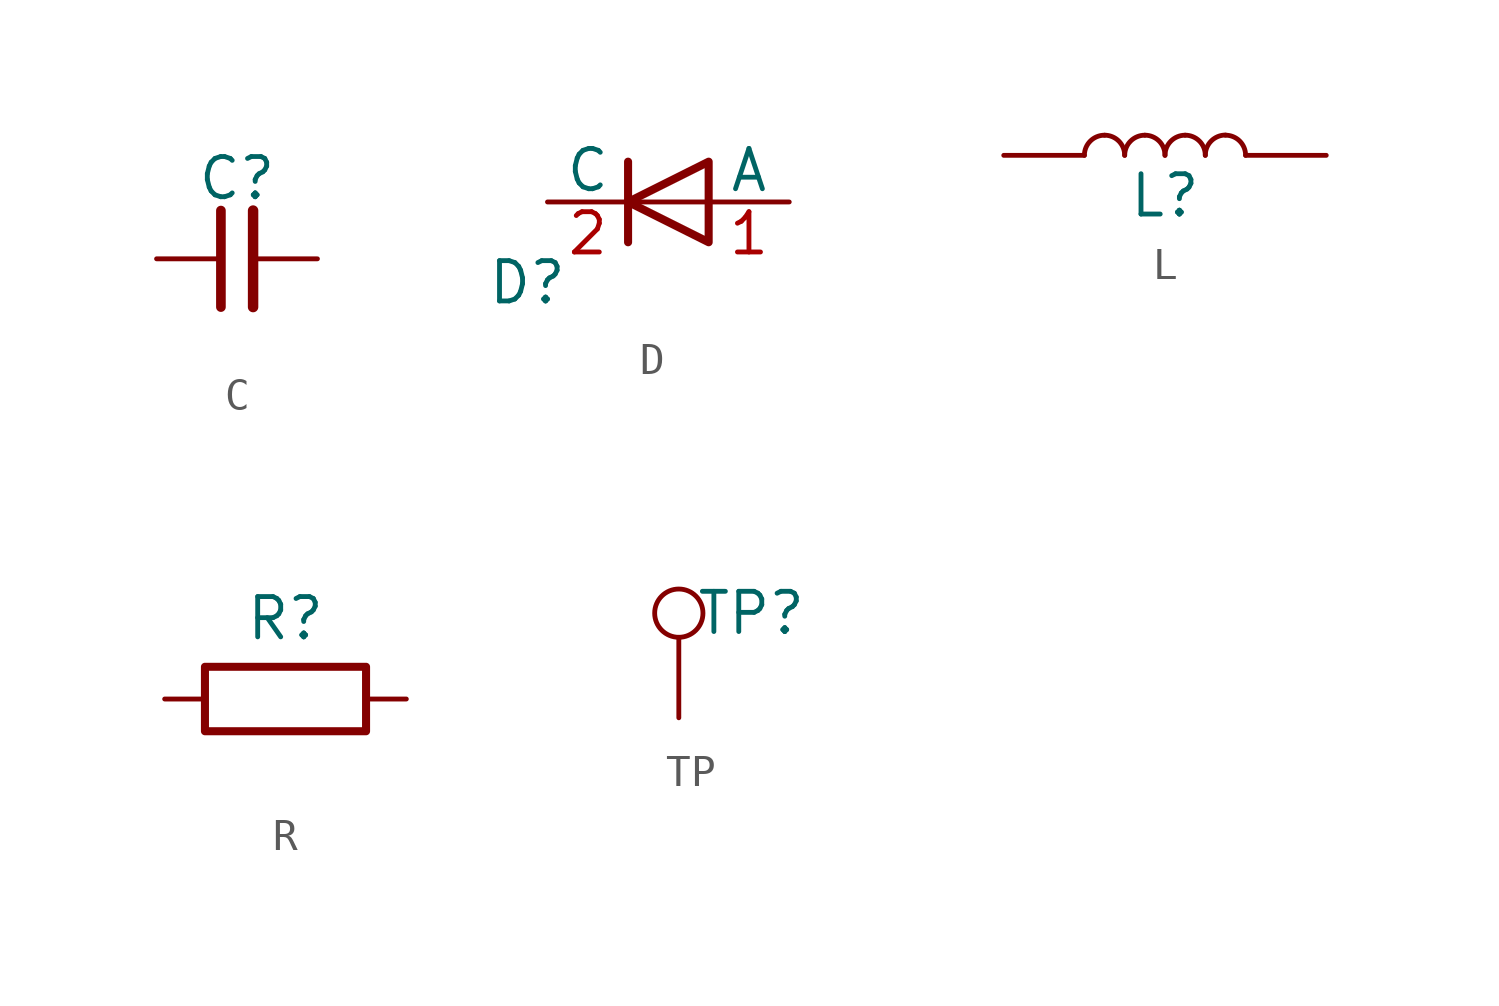
<source format=kicad_sym>
(kicad_symbol_lib
  (version 20231120)
  (generator "kicad_symbol_editor")
  (generator_version "8.0")
  (symbol "C"
    (pin_numbers hide)
    (pin_names
      (offset 0) hide)
    (property "Reference" "C"
      (at 2.54 5.08 0)
      (effects (font (size 1.27 1.27))))
    (property "Value" ""
      (at 0 0 0)
      (effects (font (size 1.27 1.27))))
    (symbol "C_0_1"
      (polyline (pts (xy 2.032 1.016) (xy 2.032 4.064)) (stroke (width 0.305) (type default)) (fill (type none)))
      (polyline (pts (xy 3.048 1.016) (xy 3.048 4.064)) (stroke (width 0.33) (type default)) (fill (type none))))
    (symbol "C_1_1"
      (pin passive line (at 0 2.54 0) (length 2.032) (name "~" (effects (font (size 1.27 1.27)))) (number "1" (effects (font (size 1.27 1.27)))))
      (pin passive line (at 5.08 2.54 180) (length 2.032) (name "~" (effects (font (size 1.27 1.27)))) (number "2" (effects (font (size 1.27 1.27)))))))
  (symbol "D"
    (pin_names
      (offset 0))
    (property "Reference" "D"
      (at 0 0 0)
      (effects (font (size 1.27 1.27))))
    (property "Value" ""
      (at 0 0 0)
      (effects (font (size 1.27 1.27))))
    (symbol "D_0_1"
      (polyline (pts (xy 3.175 3.81) (xy 3.175 1.27)) (stroke (width 0.254) (type default)) (fill (type none)))
      (polyline (pts (xy 5.715 2.54) (xy 3.175 2.54)) (stroke (width 0) (type default)) (fill (type none)))
      (polyline (pts (xy 5.715 3.81) (xy 5.715 1.27) (xy 3.175 2.54) (xy 5.715 3.81)) (stroke (width 0.254) (type default)) (fill (type none))))
    (symbol "D_1_1"
      (pin passive line (at 8.255 2.54 180) (length 2.54) (name "A" (effects (font (size 1.27 1.27)))) (number "1" (effects (font (size 1.27 1.27)))))
      (pin passive line (at 0.635 2.54 0) (length 2.54) (name "C" (effects (font (size 1.27 1.27)))) (number "2" (effects (font (size 1.27 1.27)))))))
  (symbol "L"
    (pin_numbers hide)
    (pin_names hide)
    (property "Reference" "L"
      (at 5.08 -1.27 0)
      (effects (font (size 1.27 1.27))))
    (property "Value" ""
      (at 0 0 0)
      (effects (font (size 1.27 1.27))))
    (symbol "L_0_1"
      (arc (start 3.175 0.635) (mid 2.726 0.449) (end 2.54 0) (stroke (width 0) (type default)) (fill (type none)))
      (arc (start 3.81 0) (mid 3.624 0.449) (end 3.175 0.635) (stroke (width 0) (type default)) (fill (type none)))
      (arc (start 4.445 0.635) (mid 3.996 0.449) (end 3.81 0) (stroke (width 0) (type default)) (fill (type none)))
      (arc (start 5.08 0) (mid 4.894 0.449) (end 4.445 0.635) (stroke (width 0) (type default)) (fill (type none)))
      (arc (start 5.715 0.635) (mid 5.266 0.449) (end 5.08 0) (stroke (width 0) (type default)) (fill (type none)))
      (arc (start 6.35 0) (mid 6.164 0.449) (end 5.715 0.635) (stroke (width 0) (type default)) (fill (type none)))
      (arc (start 6.985 0.635) (mid 6.536 0.449) (end 6.35 0) (stroke (width 0) (type default)) (fill (type none)))
      (arc (start 7.62 0) (mid 7.434 0.449) (end 6.985 0.635) (stroke (width 0) (type default)) (fill (type none))))
    (symbol "L_1_1"
      (pin passive line (at 0 0 0) (length 2.54) (name "1" (effects (font (size 1.27 1.27)))) (number "1" (effects (font (size 1.27 1.27)))))
      (pin passive line (at 10.16 0 180) (length 2.54) (name "2" (effects (font (size 1.27 1.27)))) (number "2" (effects (font (size 1.27 1.27)))))))
  (symbol "R"
    (pin_numbers hide)
    (pin_names
      (offset 0) hide)
    (property "Reference" "R"
      (at 2.54 5.08 0)
      (effects (font (size 1.27 1.27))))
    (property "Value" ""
      (at 0 0 0)
      (effects (font (size 1.27 1.27))))
    (symbol "R_0_1"
      (rectangle (start 5.08 1.524) (end 0 3.556) (stroke (width 0.254) (type default)) (fill (type none))))
    (symbol "R_1_1"
      (pin passive line (at -1.27 2.54 0) (length 1.27) (name "~" (effects (font (size 1.27 1.27)))) (number "1" (effects (font (size 1.27 1.27)))))
      (pin passive line (at 6.35 2.54 180) (length 1.27) (name "~" (effects (font (size 1.27 1.27)))) (number "2" (effects (font (size 1.27 1.27)))))))
  (symbol "TP"
    (pin_numbers hide)
    (pin_names hide)
    (property "Reference" "TP"
      (at 2.286 3.302 0)
      (effects (font (size 1.27 1.27))))
    (property "Value" ""
      (at -2.54 0 0)
      (effects (font (size 1.27 1.27))))
    (symbol "TP_0_1"
      (circle (center 0 3.302) (radius 0.762) (stroke (width 0) (type default)) (fill (type none))))
    (symbol "TP_1_1"
      (pin passive line (at 0 0 90) (length 2.54) (name "1" (effects (font (size 1.27 1.27)))) (number "1" (effects (font (size 1.27 1.27))))))))
</source>
